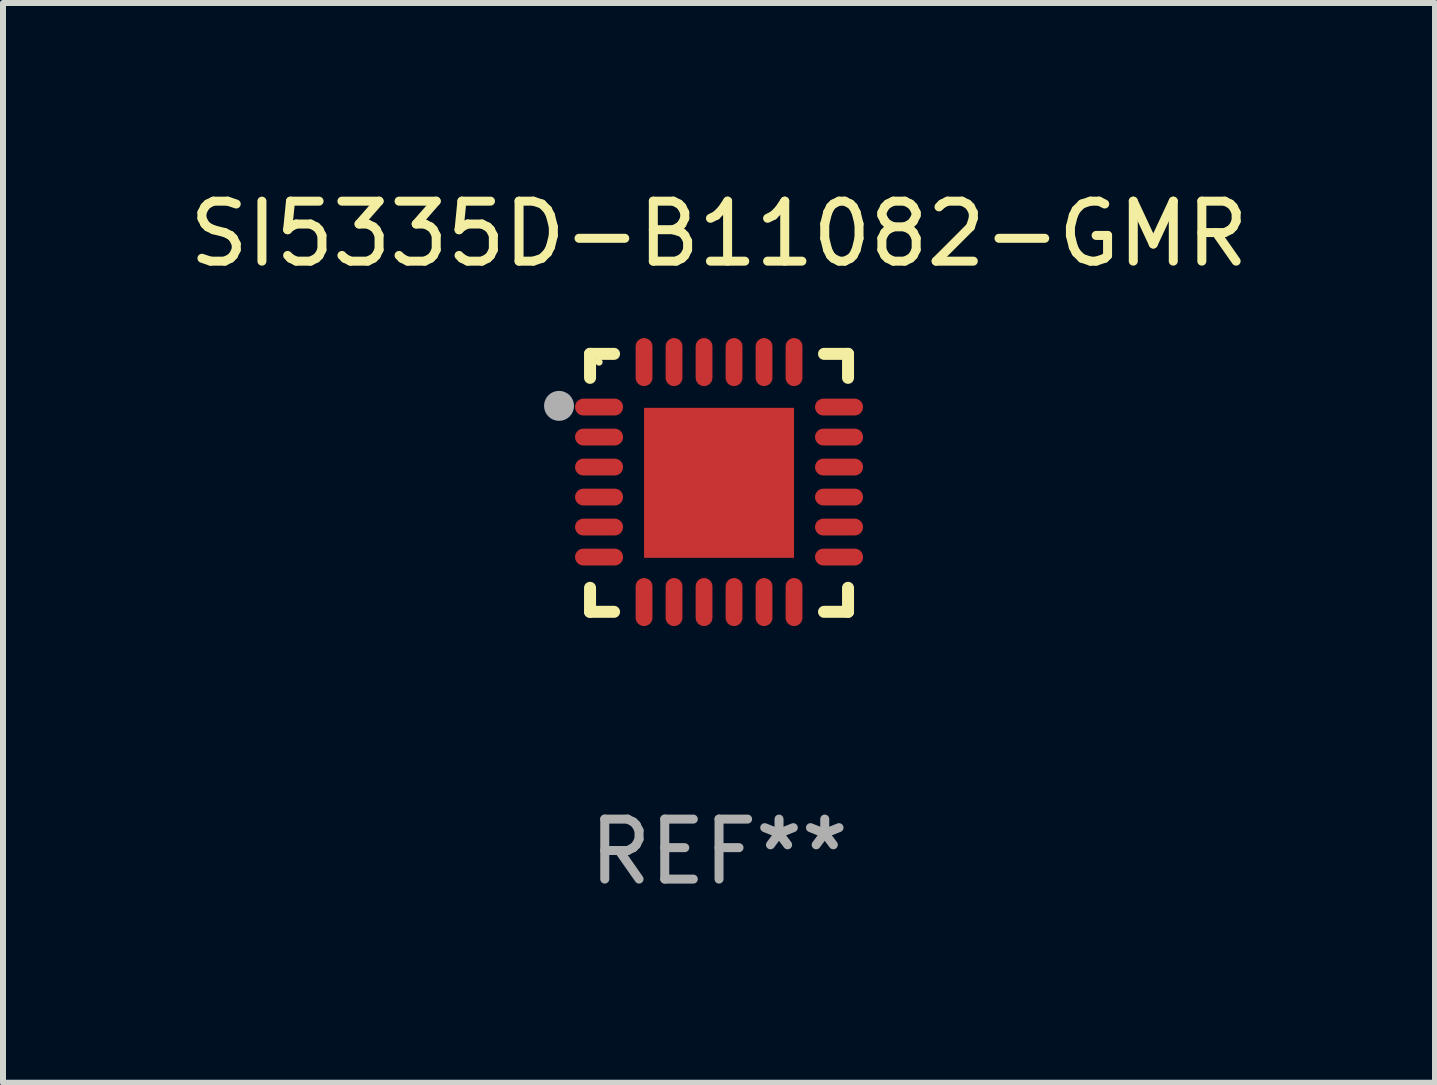
<source format=kicad_pcb>
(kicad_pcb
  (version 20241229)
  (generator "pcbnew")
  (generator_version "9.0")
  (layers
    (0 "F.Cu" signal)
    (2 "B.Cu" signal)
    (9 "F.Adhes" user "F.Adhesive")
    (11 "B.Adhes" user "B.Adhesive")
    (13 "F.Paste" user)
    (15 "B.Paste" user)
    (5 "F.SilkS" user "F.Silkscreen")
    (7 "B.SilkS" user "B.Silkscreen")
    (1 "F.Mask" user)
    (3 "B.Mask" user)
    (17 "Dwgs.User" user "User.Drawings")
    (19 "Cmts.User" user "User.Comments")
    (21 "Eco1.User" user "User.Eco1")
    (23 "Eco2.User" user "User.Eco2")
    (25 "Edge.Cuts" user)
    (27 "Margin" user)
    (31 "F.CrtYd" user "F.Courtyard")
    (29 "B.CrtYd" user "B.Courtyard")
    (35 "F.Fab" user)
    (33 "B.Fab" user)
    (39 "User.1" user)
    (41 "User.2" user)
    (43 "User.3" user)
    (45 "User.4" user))
  (footprint "SI5335D-B11082-GMR"
    (layer "F.Cu")
    (at 8.935 4.998)
    (property "Reference" "SI5335D-B11082-GMR" (at 0 -4.15 0) (layer "F.SilkS") (effects (font (size 1 1) (thickness 0.15))))
    (attr through_hole)
    (fp_line (start -2.15 -2.15) (end -1.75 -2.15) (stroke (width 0.2) (type solid)) (layer "F.SilkS"))
    (fp_line (start -2.15 -1.75) (end -2.15 -2.15) (stroke (width 0.2) (type solid)) (layer "F.SilkS"))
    (fp_line (start -2.15 2.15) (end -2.15 1.75) (stroke (width 0.2) (type solid)) (layer "F.SilkS"))
    (fp_line (start -1.75 2.15) (end -2.15 2.15) (stroke (width 0.2) (type solid)) (layer "F.SilkS"))
    (fp_line (start 1.75 -2.15) (end 2.15 -2.15) (stroke (width 0.2) (type solid)) (layer "F.SilkS"))
    (fp_line (start 1.75 2.15) (end 2.15 2.15) (stroke (width 0.2) (type solid)) (layer "F.SilkS"))
    (fp_line (start 2.15 -2.15) (end 2.15 -1.75) (stroke (width 0.2) (type solid)) (layer "F.SilkS"))
    (fp_line (start 2.15 2.15) (end 2.15 1.75) (stroke (width 0.2) (type solid)) (layer "F.SilkS"))
    (fp_circle (center -2 -2.013) (end -1.97 -2.013) (stroke (width 0.06) (type solid)) (fill no) (layer "F.SilkS"))
    (fp_circle (center -2.667 -1.283) (end -2.542 -1.283) (stroke (width 0.25) (type solid)) (fill no) (layer "F.Fab"))
    (fp_text user "REF**" (at 0 6.15 0) (layer "F.Fab") (effects (font (size 1 1) (thickness 0.15))))
    (pad "1" smd oval (at -2 -1.263) (size 0.8 0.28) (layers "F.Cu" "F.Mask" "F.Paste"))
    (pad "2" smd oval (at -2 -0.763) (size 0.8 0.28) (layers "F.Cu" "F.Mask" "F.Paste"))
    (pad "3" smd oval (at -2 -0.263) (size 0.8 0.28) (layers "F.Cu" "F.Mask" "F.Paste"))
    (pad "4" smd oval (at -2 0.237) (size 0.8 0.28) (layers "F.Cu" "F.Mask" "F.Paste"))
    (pad "5" smd oval (at -2 0.737) (size 0.8 0.28) (layers "F.Cu" "F.Mask" "F.Paste"))
    (pad "6" smd oval (at -2 1.237) (size 0.8 0.28) (layers "F.Cu" "F.Mask" "F.Paste"))
    (pad "7" smd oval (at -1.25 1.987) (size 0.28 0.8) (layers "F.Cu" "F.Mask" "F.Paste"))
    (pad "8" smd oval (at -0.75 1.987) (size 0.28 0.8) (layers "F.Cu" "F.Mask" "F.Paste"))
    (pad "9" smd oval (at -0.25 1.987) (size 0.28 0.8) (layers "F.Cu" "F.Mask" "F.Paste"))
    (pad "10" smd oval (at 0.25 1.987) (size 0.28 0.8) (layers "F.Cu" "F.Mask" "F.Paste"))
    (pad "11" smd oval (at 0.75 1.987) (size 0.28 0.8) (layers "F.Cu" "F.Mask" "F.Paste"))
    (pad "12" smd oval (at 1.25 1.987) (size 0.28 0.8) (layers "F.Cu" "F.Mask" "F.Paste"))
    (pad "13" smd oval (at 2 1.237) (size 0.8 0.28) (layers "F.Cu" "F.Mask" "F.Paste"))
    (pad "14" smd oval (at 2 0.737) (size 0.8 0.28) (layers "F.Cu" "F.Mask" "F.Paste"))
    (pad "15" smd oval (at 2 0.237) (size 0.8 0.28) (layers "F.Cu" "F.Mask" "F.Paste"))
    (pad "16" smd oval (at 2 -0.263) (size 0.8 0.28) (layers "F.Cu" "F.Mask" "F.Paste"))
    (pad "17" smd oval (at 2 -0.763) (size 0.8 0.28) (layers "F.Cu" "F.Mask" "F.Paste"))
    (pad "18" smd oval (at 2 -1.263) (size 0.8 0.28) (layers "F.Cu" "F.Mask" "F.Paste"))
    (pad "19" smd oval (at 1.25 -2.013) (size 0.28 0.8) (layers "F.Cu" "F.Mask" "F.Paste"))
    (pad "20" smd oval (at 0.75 -2.013) (size 0.28 0.8) (layers "F.Cu" "F.Mask" "F.Paste"))
    (pad "21" smd oval (at 0.25 -2.013) (size 0.28 0.8) (layers "F.Cu" "F.Mask" "F.Paste"))
    (pad "22" smd oval (at -0.25 -2.013) (size 0.28 0.8) (layers "F.Cu" "F.Mask" "F.Paste"))
    (pad "23" smd oval (at -0.75 -2.013) (size 0.28 0.8) (layers "F.Cu" "F.Mask" "F.Paste"))
    (pad "24" smd oval (at -1.25 -2.013) (size 0.28 0.8) (layers "F.Cu" "F.Mask" "F.Paste"))
    (pad "25" smd rect (at -0.000127 -0.00014) (size 2.5 2.5) (layers "F.Cu" "F.Mask" "F.Paste")))
  (gr_rect
    (start -3 -3)
    (end 20.869 14.997)
    (stroke (width 0.1) (type default))
    (fill no)
    (layer "Edge.Cuts")))
</source>
